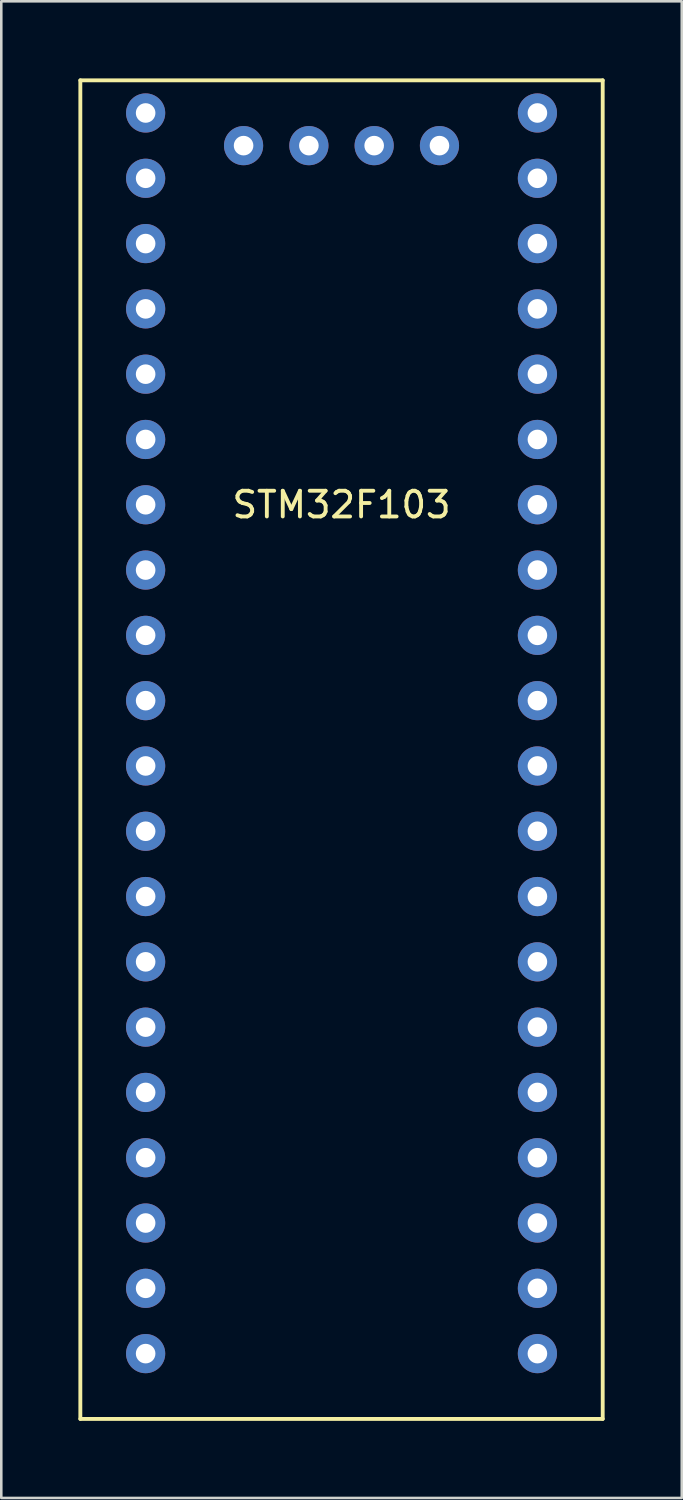
<source format=kicad_pcb>
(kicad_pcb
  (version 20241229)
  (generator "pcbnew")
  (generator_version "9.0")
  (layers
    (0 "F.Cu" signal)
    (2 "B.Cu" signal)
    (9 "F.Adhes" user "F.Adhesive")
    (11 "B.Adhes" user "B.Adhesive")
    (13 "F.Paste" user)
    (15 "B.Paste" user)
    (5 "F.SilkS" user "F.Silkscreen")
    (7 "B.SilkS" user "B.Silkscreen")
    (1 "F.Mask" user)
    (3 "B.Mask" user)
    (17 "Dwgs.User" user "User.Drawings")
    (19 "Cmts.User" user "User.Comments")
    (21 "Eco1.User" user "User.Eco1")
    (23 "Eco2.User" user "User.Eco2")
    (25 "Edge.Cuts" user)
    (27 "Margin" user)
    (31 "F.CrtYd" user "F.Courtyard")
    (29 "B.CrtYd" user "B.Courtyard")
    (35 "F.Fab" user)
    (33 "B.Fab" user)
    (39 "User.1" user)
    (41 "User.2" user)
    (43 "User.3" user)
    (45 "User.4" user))
  (footprint "STM32F103"
    (layer "F.Cu")
    (at 2.615 1.345)
    (property "Reference" "STM32F103" (at 7.62 15.24 0) (layer "F.SilkS") (effects (font (size 1 1) (thickness 0.15))))
    (attr through_hole)
    (fp_line (start -2.54 -1.27) (end 17.78 -1.27) (stroke (width 0.15) (type solid)) (layer "F.SilkS"))
    (fp_line (start -2.54 50.8) (end -2.54 -1.27) (stroke (width 0.15) (type solid)) (layer "F.SilkS"))
    (fp_line (start 17.78 -1.27) (end 17.78 50.8) (stroke (width 0.15) (type solid)) (layer "F.SilkS"))
    (fp_line (start 17.78 50.8) (end -2.54 50.8) (stroke (width 0.15) (type solid)) (layer "F.SilkS"))
    (pad "1" thru_hole circle (at 0 0) (size 1.524 1.524) (drill 0.762) (layers "*.Cu" "*.Mask"))
    (pad "2" thru_hole circle (at 0 2.54) (size 1.524 1.524) (drill 0.762) (layers "*.Cu" "*.Mask"))
    (pad "3" thru_hole circle (at 0 5.08) (size 1.524 1.524) (drill 0.762) (layers "*.Cu" "*.Mask"))
    (pad "4" thru_hole circle (at 0 7.62) (size 1.524 1.524) (drill 0.762) (layers "*.Cu" "*.Mask"))
    (pad "5" thru_hole circle (at 0 10.16) (size 1.524 1.524) (drill 0.762) (layers "*.Cu" "*.Mask"))
    (pad "6" thru_hole circle (at 0 12.7) (size 1.524 1.524) (drill 0.762) (layers "*.Cu" "*.Mask"))
    (pad "7" thru_hole circle (at 0 15.24) (size 1.524 1.524) (drill 0.762) (layers "*.Cu" "*.Mask"))
    (pad "8" thru_hole circle (at 0 17.78) (size 1.524 1.524) (drill 0.762) (layers "*.Cu" "*.Mask"))
    (pad "9" thru_hole circle (at 0 20.32) (size 1.524 1.524) (drill 0.762) (layers "*.Cu" "*.Mask"))
    (pad "10" thru_hole circle (at 0 22.86) (size 1.524 1.524) (drill 0.762) (layers "*.Cu" "*.Mask"))
    (pad "11" thru_hole circle (at 0 25.4) (size 1.524 1.524) (drill 0.762) (layers "*.Cu" "*.Mask"))
    (pad "12" thru_hole circle (at 0 27.94) (size 1.524 1.524) (drill 0.762) (layers "*.Cu" "*.Mask"))
    (pad "13" thru_hole circle (at 0 30.48) (size 1.524 1.524) (drill 0.762) (layers "*.Cu" "*.Mask"))
    (pad "14" thru_hole circle (at 0 33.02) (size 1.524 1.524) (drill 0.762) (layers "*.Cu" "*.Mask"))
    (pad "15" thru_hole circle (at 0 35.56) (size 1.524 1.524) (drill 0.762) (layers "*.Cu" "*.Mask"))
    (pad "16" thru_hole circle (at 0 38.1) (size 1.524 1.524) (drill 0.762) (layers "*.Cu" "*.Mask"))
    (pad "17" thru_hole circle (at 0 40.64) (size 1.524 1.524) (drill 0.762) (layers "*.Cu" "*.Mask"))
    (pad "18" thru_hole circle (at 0 43.18) (size 1.524 1.524) (drill 0.762) (layers "*.Cu" "*.Mask"))
    (pad "19" thru_hole circle (at 0 45.72) (size 1.524 1.524) (drill 0.762) (layers "*.Cu" "*.Mask"))
    (pad "20" thru_hole circle (at 0 48.26) (size 1.524 1.524) (drill 0.762) (layers "*.Cu" "*.Mask"))
    (pad "21" thru_hole circle (at 15.24 0) (size 1.524 1.524) (drill 0.762) (layers "*.Cu" "*.Mask"))
    (pad "22" thru_hole circle (at 15.24 2.54) (size 1.524 1.524) (drill 0.762) (layers "*.Cu" "*.Mask"))
    (pad "23" thru_hole circle (at 15.24 5.08) (size 1.524 1.524) (drill 0.762) (layers "*.Cu" "*.Mask"))
    (pad "24" thru_hole circle (at 15.24 7.62) (size 1.524 1.524) (drill 0.762) (layers "*.Cu" "*.Mask"))
    (pad "25" thru_hole circle (at 15.24 10.16) (size 1.524 1.524) (drill 0.762) (layers "*.Cu" "*.Mask"))
    (pad "26" thru_hole circle (at 15.24 12.7) (size 1.524 1.524) (drill 0.762) (layers "*.Cu" "*.Mask"))
    (pad "27" thru_hole circle (at 15.24 15.24) (size 1.524 1.524) (drill 0.762) (layers "*.Cu" "*.Mask"))
    (pad "28" thru_hole circle (at 15.24 17.78) (size 1.524 1.524) (drill 0.762) (layers "*.Cu" "*.Mask"))
    (pad "29" thru_hole circle (at 15.24 20.32) (size 1.524 1.524) (drill 0.762) (layers "*.Cu" "*.Mask"))
    (pad "30" thru_hole circle (at 15.24 22.86) (size 1.524 1.524) (drill 0.762) (layers "*.Cu" "*.Mask"))
    (pad "31" thru_hole circle (at 15.24 25.4) (size 1.524 1.524) (drill 0.762) (layers "*.Cu" "*.Mask"))
    (pad "32" thru_hole circle (at 15.24 27.94) (size 1.524 1.524) (drill 0.762) (layers "*.Cu" "*.Mask"))
    (pad "33" thru_hole circle (at 15.24 30.48) (size 1.524 1.524) (drill 0.762) (layers "*.Cu" "*.Mask"))
    (pad "34" thru_hole circle (at 15.24 33.02) (size 1.524 1.524) (drill 0.762) (layers "*.Cu" "*.Mask"))
    (pad "35" thru_hole circle (at 15.24 35.56) (size 1.524 1.524) (drill 0.762) (layers "*.Cu" "*.Mask"))
    (pad "36" thru_hole circle (at 15.24 38.1) (size 1.524 1.524) (drill 0.762) (layers "*.Cu" "*.Mask"))
    (pad "37" thru_hole circle (at 15.24 40.64) (size 1.524 1.524) (drill 0.762) (layers "*.Cu" "*.Mask"))
    (pad "38" thru_hole circle (at 15.24 43.18) (size 1.524 1.524) (drill 0.762) (layers "*.Cu" "*.Mask"))
    (pad "39" thru_hole circle (at 15.24 45.72) (size 1.524 1.524) (drill 0.762) (layers "*.Cu" "*.Mask"))
    (pad "40" thru_hole circle (at 15.24 48.26) (size 1.524 1.524) (drill 0.762) (layers "*.Cu" "*.Mask"))
    (pad "41" thru_hole circle (at 3.81 1.27) (size 1.524 1.524) (drill 0.762) (layers "*.Cu" "*.Mask"))
    (pad "42" thru_hole circle (at 6.35 1.27) (size 1.524 1.524) (drill 0.762) (layers "*.Cu" "*.Mask"))
    (pad "43" thru_hole circle (at 8.89 1.27) (size 1.524 1.524) (drill 0.762) (layers "*.Cu" "*.Mask"))
    (pad "44" thru_hole circle (at 11.43 1.27) (size 1.524 1.524) (drill 0.762) (layers "*.Cu" "*.Mask")))
  (gr_rect
    (start -3 -3)
    (end 23.47 55.22)
    (stroke (width 0.1) (type default))
    (fill no)
    (layer "Edge.Cuts")))
</source>
